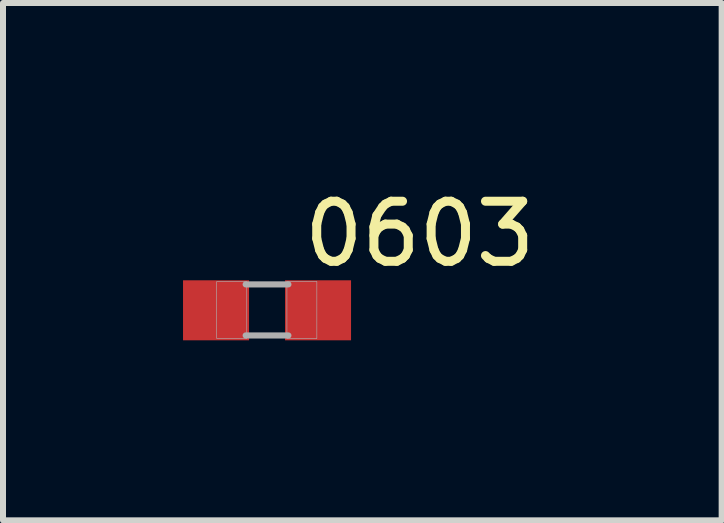
<source format=kicad_pcb>
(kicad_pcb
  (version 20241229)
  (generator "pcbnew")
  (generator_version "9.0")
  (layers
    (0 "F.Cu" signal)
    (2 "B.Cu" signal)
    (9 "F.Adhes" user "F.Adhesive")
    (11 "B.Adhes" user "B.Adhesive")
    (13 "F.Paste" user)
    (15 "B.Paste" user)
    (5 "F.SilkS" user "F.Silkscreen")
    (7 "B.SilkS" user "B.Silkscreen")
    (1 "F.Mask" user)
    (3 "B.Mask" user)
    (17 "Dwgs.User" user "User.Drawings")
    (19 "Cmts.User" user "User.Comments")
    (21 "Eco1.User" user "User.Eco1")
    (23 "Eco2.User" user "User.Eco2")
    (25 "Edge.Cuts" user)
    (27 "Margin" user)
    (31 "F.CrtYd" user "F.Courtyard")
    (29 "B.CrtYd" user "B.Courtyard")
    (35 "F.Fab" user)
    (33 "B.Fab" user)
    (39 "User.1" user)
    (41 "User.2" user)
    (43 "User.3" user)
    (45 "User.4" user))
  (footprint "0603"
    (layer "F.Cu")
    (at 1.4 2.121)
    (property "Reference" "0603" (at 2.544 -1.272 0) (layer "F.SilkS") (effects (font (size 1.001 1.001) (thickness 0.15))))
    (attr smd)
    (fp_line (start -0.356 -0.432) (end 0.356 -0.432) (stroke (width 0.102) (type solid)) (layer "F.Fab"))
    (fp_line (start -0.356 0.419) (end 0.356 0.419) (stroke (width 0.102) (type solid)) (layer "F.Fab"))
    (fp_poly (pts (xy -0.839 -0.48) (xy -0.338 -0.48) (xy -0.338 0.47) (xy -0.839 0.47)) (stroke (width 0.01) (type solid)) (fill no) (layer "F.Fab"))
    (fp_poly (pts (xy 0.331 -0.48) (xy 0.83 -0.48) (xy 0.83 0.471) (xy 0.331 0.471)) (stroke (width 0.01) (type solid)) (fill no) (layer "F.Fab"))
    (pad "1" smd rect (at -0.85 0) (size 1.1 1) (layers "F.Cu" "F.Mask" "F.Paste"))
    (pad "2" smd rect (at 0.85 0) (size 1.1 1) (layers "F.Cu" "F.Mask" "F.Paste")))
  (gr_rect
    (start -3 -3)
    (end 8.976 5.621)
    (stroke (width 0.1) (type default))
    (fill no)
    (layer "Edge.Cuts")))
</source>
